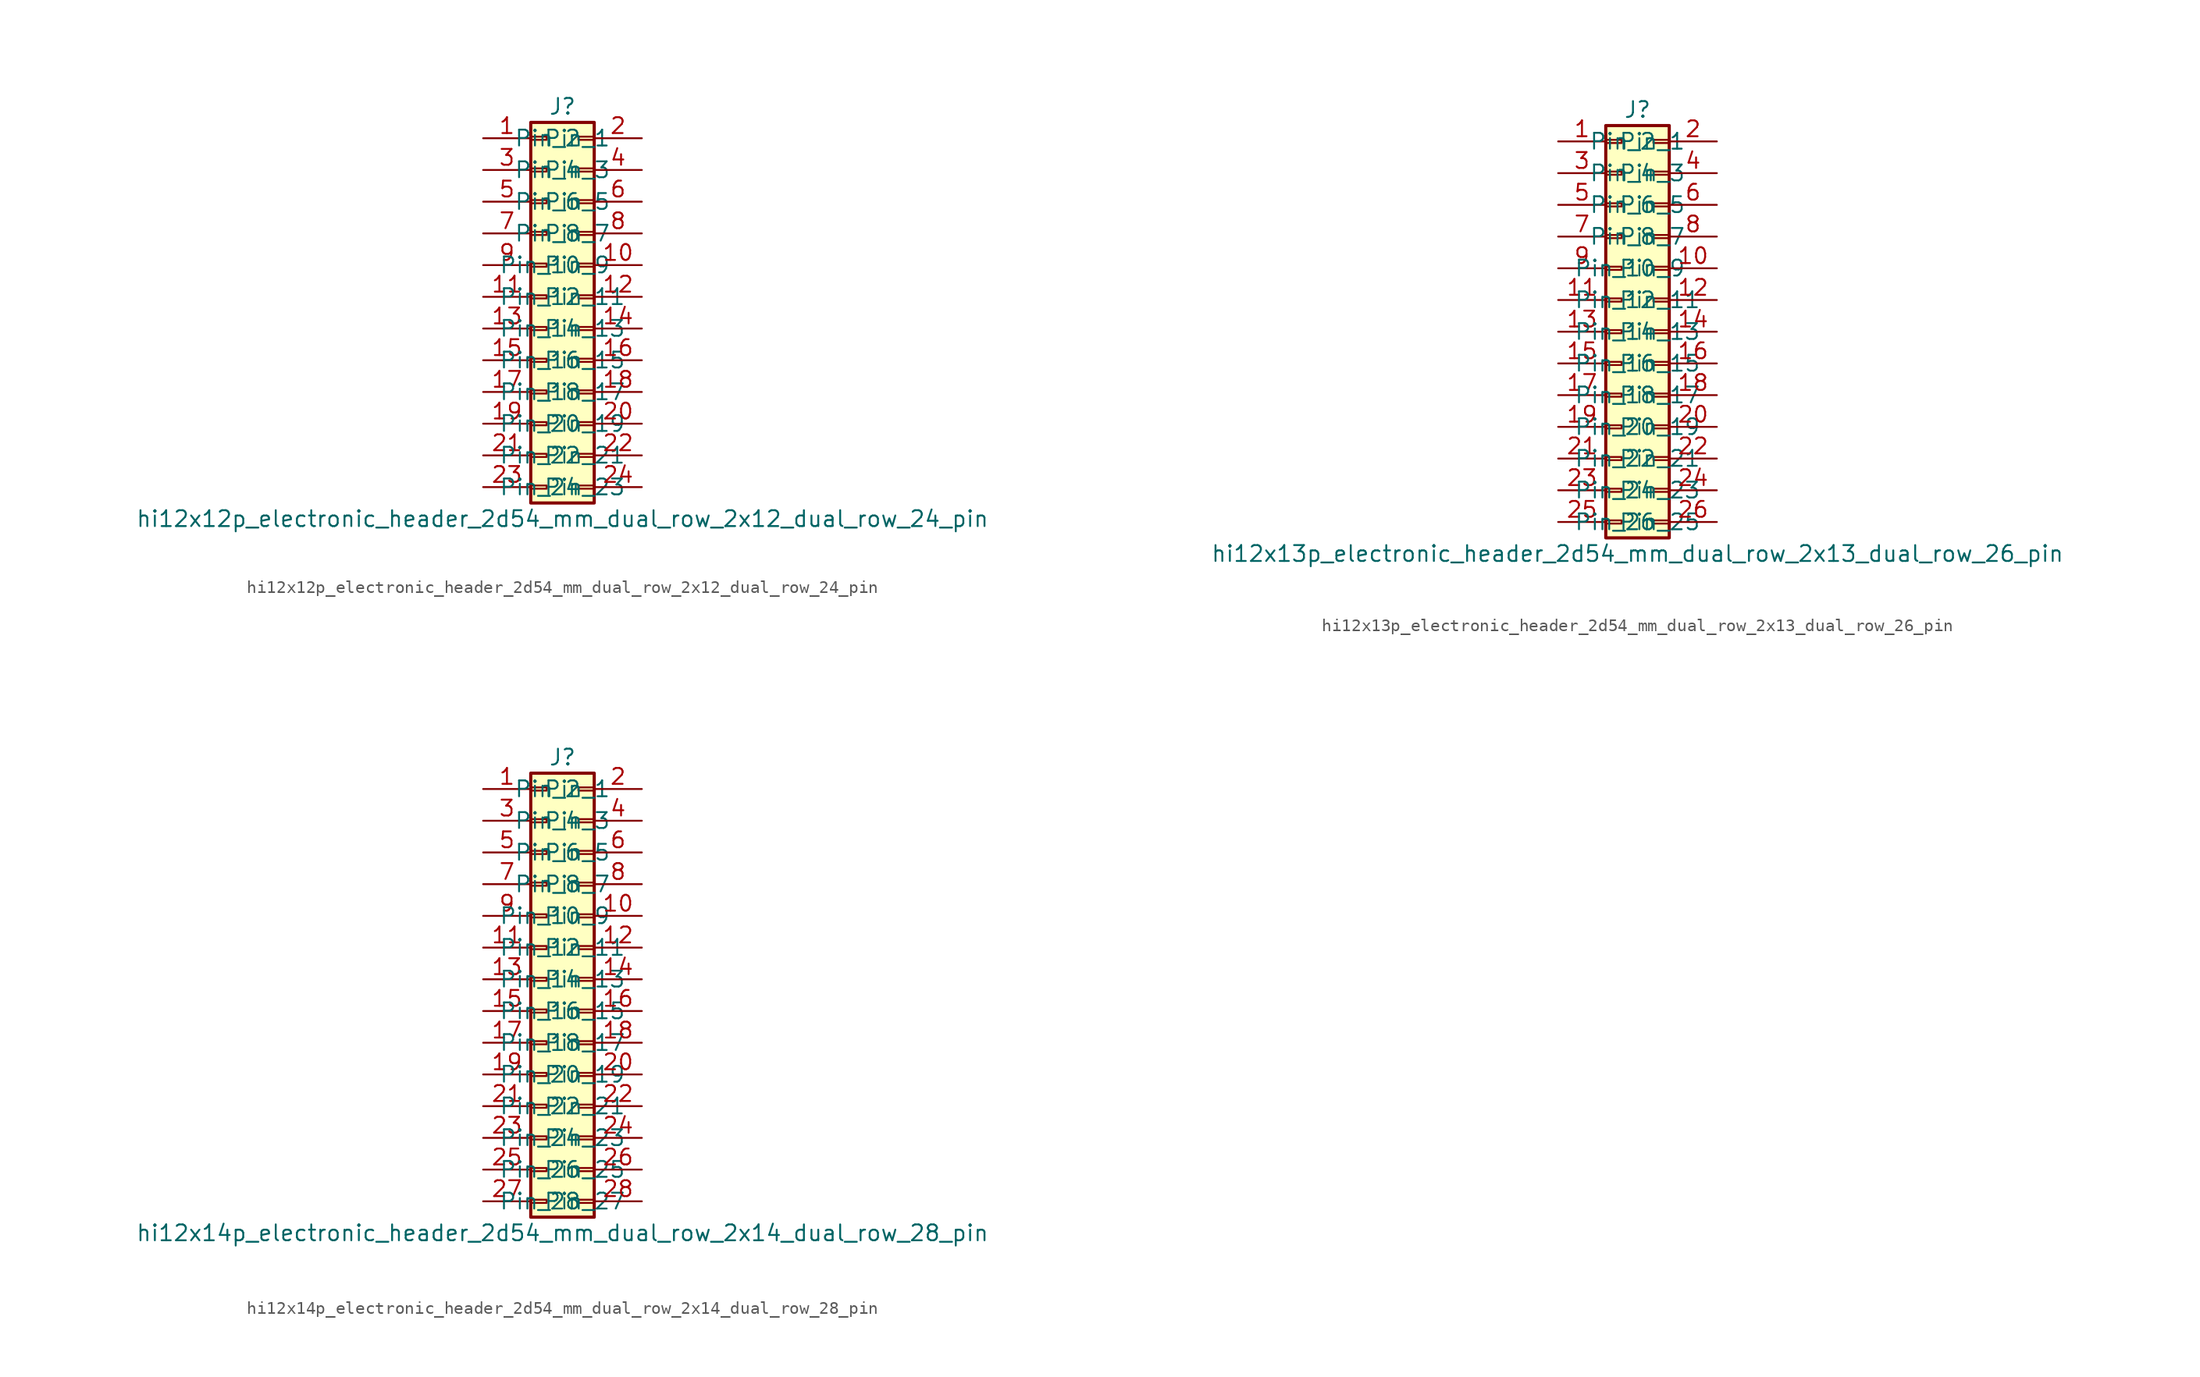
<source format=kicad_sym>
(kicad_symbol_lib
  (version 20220914)
  (generator kicad_symbol_editor)
  (symbol "hi12x12p_electronic_header_2d54_mm_dual_row_2x12_dual_row_24_pin"
    (pin_names
      (offset 1.016))
    (property "Reference" "J"
      (at 1.27 15.24 0)
      (effects (font (size 1.27 1.27))))
    (property "Value" "hi12x12p_electronic_header_2d54_mm_dual_row_2x12_dual_row_24_pin"
      (at 1.27 -17.78 0)
      (effects (font (size 1.27 1.27))))
    (symbol "hi12x12p_electronic_header_2d54_mm_dual_row_2x12_dual_row_24_pin_1_1"
      (rectangle (start -1.27 -15.113) (end 0 -15.367) (stroke (width 0.152) (type default)) (fill (type none)))
      (rectangle (start -1.27 -12.573) (end 0 -12.827) (stroke (width 0.152) (type default)) (fill (type none)))
      (rectangle (start -1.27 -10.033) (end 0 -10.287) (stroke (width 0.152) (type default)) (fill (type none)))
      (rectangle (start -1.27 -7.493) (end 0 -7.747) (stroke (width 0.152) (type default)) (fill (type none)))
      (rectangle (start -1.27 -4.953) (end 0 -5.207) (stroke (width 0.152) (type default)) (fill (type none)))
      (rectangle (start -1.27 -2.413) (end 0 -2.667) (stroke (width 0.152) (type default)) (fill (type none)))
      (rectangle (start -1.27 0.127) (end 0 -0.127) (stroke (width 0.152) (type default)) (fill (type none)))
      (rectangle (start -1.27 2.667) (end 0 2.413) (stroke (width 0.152) (type default)) (fill (type none)))
      (rectangle (start -1.27 5.207) (end 0 4.953) (stroke (width 0.152) (type default)) (fill (type none)))
      (rectangle (start -1.27 7.747) (end 0 7.493) (stroke (width 0.152) (type default)) (fill (type none)))
      (rectangle (start -1.27 10.287) (end 0 10.033) (stroke (width 0.152) (type default)) (fill (type none)))
      (rectangle (start -1.27 12.827) (end 0 12.573) (stroke (width 0.152) (type default)) (fill (type none)))
      (rectangle (start -1.27 13.97) (end 3.81 -16.51) (stroke (width 0.254) (type default)) (fill (type background)))
      (rectangle (start 3.81 -15.113) (end 2.54 -15.367) (stroke (width 0.152) (type default)) (fill (type none)))
      (rectangle (start 3.81 -12.573) (end 2.54 -12.827) (stroke (width 0.152) (type default)) (fill (type none)))
      (rectangle (start 3.81 -10.033) (end 2.54 -10.287) (stroke (width 0.152) (type default)) (fill (type none)))
      (rectangle (start 3.81 -7.493) (end 2.54 -7.747) (stroke (width 0.152) (type default)) (fill (type none)))
      (rectangle (start 3.81 -4.953) (end 2.54 -5.207) (stroke (width 0.152) (type default)) (fill (type none)))
      (rectangle (start 3.81 -2.413) (end 2.54 -2.667) (stroke (width 0.152) (type default)) (fill (type none)))
      (rectangle (start 3.81 0.127) (end 2.54 -0.127) (stroke (width 0.152) (type default)) (fill (type none)))
      (rectangle (start 3.81 2.667) (end 2.54 2.413) (stroke (width 0.152) (type default)) (fill (type none)))
      (rectangle (start 3.81 5.207) (end 2.54 4.953) (stroke (width 0.152) (type default)) (fill (type none)))
      (rectangle (start 3.81 7.747) (end 2.54 7.493) (stroke (width 0.152) (type default)) (fill (type none)))
      (rectangle (start 3.81 10.287) (end 2.54 10.033) (stroke (width 0.152) (type default)) (fill (type none)))
      (rectangle (start 3.81 12.827) (end 2.54 12.573) (stroke (width 0.152) (type default)) (fill (type none)))
      (pin passive line (at -5.08 12.7 0) (length 3.81) (name "Pin_1" (effects (font (size 1.27 1.27)))) (number "1" (effects (font (size 1.27 1.27)))))
      (pin passive line (at 7.62 2.54 180) (length 3.81) (name "Pin_10" (effects (font (size 1.27 1.27)))) (number "10" (effects (font (size 1.27 1.27)))))
      (pin passive line (at -5.08 0 0) (length 3.81) (name "Pin_11" (effects (font (size 1.27 1.27)))) (number "11" (effects (font (size 1.27 1.27)))))
      (pin passive line (at 7.62 0 180) (length 3.81) (name "Pin_12" (effects (font (size 1.27 1.27)))) (number "12" (effects (font (size 1.27 1.27)))))
      (pin passive line (at -5.08 -2.54 0) (length 3.81) (name "Pin_13" (effects (font (size 1.27 1.27)))) (number "13" (effects (font (size 1.27 1.27)))))
      (pin passive line (at 7.62 -2.54 180) (length 3.81) (name "Pin_14" (effects (font (size 1.27 1.27)))) (number "14" (effects (font (size 1.27 1.27)))))
      (pin passive line (at -5.08 -5.08 0) (length 3.81) (name "Pin_15" (effects (font (size 1.27 1.27)))) (number "15" (effects (font (size 1.27 1.27)))))
      (pin passive line (at 7.62 -5.08 180) (length 3.81) (name "Pin_16" (effects (font (size 1.27 1.27)))) (number "16" (effects (font (size 1.27 1.27)))))
      (pin passive line (at -5.08 -7.62 0) (length 3.81) (name "Pin_17" (effects (font (size 1.27 1.27)))) (number "17" (effects (font (size 1.27 1.27)))))
      (pin passive line (at 7.62 -7.62 180) (length 3.81) (name "Pin_18" (effects (font (size 1.27 1.27)))) (number "18" (effects (font (size 1.27 1.27)))))
      (pin passive line (at -5.08 -10.16 0) (length 3.81) (name "Pin_19" (effects (font (size 1.27 1.27)))) (number "19" (effects (font (size 1.27 1.27)))))
      (pin passive line (at 7.62 12.7 180) (length 3.81) (name "Pin_2" (effects (font (size 1.27 1.27)))) (number "2" (effects (font (size 1.27 1.27)))))
      (pin passive line (at 7.62 -10.16 180) (length 3.81) (name "Pin_20" (effects (font (size 1.27 1.27)))) (number "20" (effects (font (size 1.27 1.27)))))
      (pin passive line (at -5.08 -12.7 0) (length 3.81) (name "Pin_21" (effects (font (size 1.27 1.27)))) (number "21" (effects (font (size 1.27 1.27)))))
      (pin passive line (at 7.62 -12.7 180) (length 3.81) (name "Pin_22" (effects (font (size 1.27 1.27)))) (number "22" (effects (font (size 1.27 1.27)))))
      (pin passive line (at -5.08 -15.24 0) (length 3.81) (name "Pin_23" (effects (font (size 1.27 1.27)))) (number "23" (effects (font (size 1.27 1.27)))))
      (pin passive line (at 7.62 -15.24 180) (length 3.81) (name "Pin_24" (effects (font (size 1.27 1.27)))) (number "24" (effects (font (size 1.27 1.27)))))
      (pin passive line (at -5.08 10.16 0) (length 3.81) (name "Pin_3" (effects (font (size 1.27 1.27)))) (number "3" (effects (font (size 1.27 1.27)))))
      (pin passive line (at 7.62 10.16 180) (length 3.81) (name "Pin_4" (effects (font (size 1.27 1.27)))) (number "4" (effects (font (size 1.27 1.27)))))
      (pin passive line (at -5.08 7.62 0) (length 3.81) (name "Pin_5" (effects (font (size 1.27 1.27)))) (number "5" (effects (font (size 1.27 1.27)))))
      (pin passive line (at 7.62 7.62 180) (length 3.81) (name "Pin_6" (effects (font (size 1.27 1.27)))) (number "6" (effects (font (size 1.27 1.27)))))
      (pin passive line (at -5.08 5.08 0) (length 3.81) (name "Pin_7" (effects (font (size 1.27 1.27)))) (number "7" (effects (font (size 1.27 1.27)))))
      (pin passive line (at 7.62 5.08 180) (length 3.81) (name "Pin_8" (effects (font (size 1.27 1.27)))) (number "8" (effects (font (size 1.27 1.27)))))
      (pin passive line (at -5.08 2.54 0) (length 3.81) (name "Pin_9" (effects (font (size 1.27 1.27)))) (number "9" (effects (font (size 1.27 1.27)))))))
  (symbol "hi12x13p_electronic_header_2d54_mm_dual_row_2x13_dual_row_26_pin"
    (pin_names
      (offset 1.016))
    (property "Reference" "J"
      (at 1.27 17.78 0)
      (effects (font (size 1.27 1.27))))
    (property "Value" "hi12x13p_electronic_header_2d54_mm_dual_row_2x13_dual_row_26_pin"
      (at 1.27 -17.78 0)
      (effects (font (size 1.27 1.27))))
    (symbol "hi12x13p_electronic_header_2d54_mm_dual_row_2x13_dual_row_26_pin_1_1"
      (rectangle (start -1.27 -15.113) (end 0 -15.367) (stroke (width 0.152) (type default)) (fill (type none)))
      (rectangle (start -1.27 -12.573) (end 0 -12.827) (stroke (width 0.152) (type default)) (fill (type none)))
      (rectangle (start -1.27 -10.033) (end 0 -10.287) (stroke (width 0.152) (type default)) (fill (type none)))
      (rectangle (start -1.27 -7.493) (end 0 -7.747) (stroke (width 0.152) (type default)) (fill (type none)))
      (rectangle (start -1.27 -4.953) (end 0 -5.207) (stroke (width 0.152) (type default)) (fill (type none)))
      (rectangle (start -1.27 -2.413) (end 0 -2.667) (stroke (width 0.152) (type default)) (fill (type none)))
      (rectangle (start -1.27 0.127) (end 0 -0.127) (stroke (width 0.152) (type default)) (fill (type none)))
      (rectangle (start -1.27 2.667) (end 0 2.413) (stroke (width 0.152) (type default)) (fill (type none)))
      (rectangle (start -1.27 5.207) (end 0 4.953) (stroke (width 0.152) (type default)) (fill (type none)))
      (rectangle (start -1.27 7.747) (end 0 7.493) (stroke (width 0.152) (type default)) (fill (type none)))
      (rectangle (start -1.27 10.287) (end 0 10.033) (stroke (width 0.152) (type default)) (fill (type none)))
      (rectangle (start -1.27 12.827) (end 0 12.573) (stroke (width 0.152) (type default)) (fill (type none)))
      (rectangle (start -1.27 15.367) (end 0 15.113) (stroke (width 0.152) (type default)) (fill (type none)))
      (rectangle (start -1.27 16.51) (end 3.81 -16.51) (stroke (width 0.254) (type default)) (fill (type background)))
      (rectangle (start 3.81 -15.113) (end 2.54 -15.367) (stroke (width 0.152) (type default)) (fill (type none)))
      (rectangle (start 3.81 -12.573) (end 2.54 -12.827) (stroke (width 0.152) (type default)) (fill (type none)))
      (rectangle (start 3.81 -10.033) (end 2.54 -10.287) (stroke (width 0.152) (type default)) (fill (type none)))
      (rectangle (start 3.81 -7.493) (end 2.54 -7.747) (stroke (width 0.152) (type default)) (fill (type none)))
      (rectangle (start 3.81 -4.953) (end 2.54 -5.207) (stroke (width 0.152) (type default)) (fill (type none)))
      (rectangle (start 3.81 -2.413) (end 2.54 -2.667) (stroke (width 0.152) (type default)) (fill (type none)))
      (rectangle (start 3.81 0.127) (end 2.54 -0.127) (stroke (width 0.152) (type default)) (fill (type none)))
      (rectangle (start 3.81 2.667) (end 2.54 2.413) (stroke (width 0.152) (type default)) (fill (type none)))
      (rectangle (start 3.81 5.207) (end 2.54 4.953) (stroke (width 0.152) (type default)) (fill (type none)))
      (rectangle (start 3.81 7.747) (end 2.54 7.493) (stroke (width 0.152) (type default)) (fill (type none)))
      (rectangle (start 3.81 10.287) (end 2.54 10.033) (stroke (width 0.152) (type default)) (fill (type none)))
      (rectangle (start 3.81 12.827) (end 2.54 12.573) (stroke (width 0.152) (type default)) (fill (type none)))
      (rectangle (start 3.81 15.367) (end 2.54 15.113) (stroke (width 0.152) (type default)) (fill (type none)))
      (pin passive line (at -5.08 15.24 0) (length 3.81) (name "Pin_1" (effects (font (size 1.27 1.27)))) (number "1" (effects (font (size 1.27 1.27)))))
      (pin passive line (at 7.62 5.08 180) (length 3.81) (name "Pin_10" (effects (font (size 1.27 1.27)))) (number "10" (effects (font (size 1.27 1.27)))))
      (pin passive line (at -5.08 2.54 0) (length 3.81) (name "Pin_11" (effects (font (size 1.27 1.27)))) (number "11" (effects (font (size 1.27 1.27)))))
      (pin passive line (at 7.62 2.54 180) (length 3.81) (name "Pin_12" (effects (font (size 1.27 1.27)))) (number "12" (effects (font (size 1.27 1.27)))))
      (pin passive line (at -5.08 0 0) (length 3.81) (name "Pin_13" (effects (font (size 1.27 1.27)))) (number "13" (effects (font (size 1.27 1.27)))))
      (pin passive line (at 7.62 0 180) (length 3.81) (name "Pin_14" (effects (font (size 1.27 1.27)))) (number "14" (effects (font (size 1.27 1.27)))))
      (pin passive line (at -5.08 -2.54 0) (length 3.81) (name "Pin_15" (effects (font (size 1.27 1.27)))) (number "15" (effects (font (size 1.27 1.27)))))
      (pin passive line (at 7.62 -2.54 180) (length 3.81) (name "Pin_16" (effects (font (size 1.27 1.27)))) (number "16" (effects (font (size 1.27 1.27)))))
      (pin passive line (at -5.08 -5.08 0) (length 3.81) (name "Pin_17" (effects (font (size 1.27 1.27)))) (number "17" (effects (font (size 1.27 1.27)))))
      (pin passive line (at 7.62 -5.08 180) (length 3.81) (name "Pin_18" (effects (font (size 1.27 1.27)))) (number "18" (effects (font (size 1.27 1.27)))))
      (pin passive line (at -5.08 -7.62 0) (length 3.81) (name "Pin_19" (effects (font (size 1.27 1.27)))) (number "19" (effects (font (size 1.27 1.27)))))
      (pin passive line (at 7.62 15.24 180) (length 3.81) (name "Pin_2" (effects (font (size 1.27 1.27)))) (number "2" (effects (font (size 1.27 1.27)))))
      (pin passive line (at 7.62 -7.62 180) (length 3.81) (name "Pin_20" (effects (font (size 1.27 1.27)))) (number "20" (effects (font (size 1.27 1.27)))))
      (pin passive line (at -5.08 -10.16 0) (length 3.81) (name "Pin_21" (effects (font (size 1.27 1.27)))) (number "21" (effects (font (size 1.27 1.27)))))
      (pin passive line (at 7.62 -10.16 180) (length 3.81) (name "Pin_22" (effects (font (size 1.27 1.27)))) (number "22" (effects (font (size 1.27 1.27)))))
      (pin passive line (at -5.08 -12.7 0) (length 3.81) (name "Pin_23" (effects (font (size 1.27 1.27)))) (number "23" (effects (font (size 1.27 1.27)))))
      (pin passive line (at 7.62 -12.7 180) (length 3.81) (name "Pin_24" (effects (font (size 1.27 1.27)))) (number "24" (effects (font (size 1.27 1.27)))))
      (pin passive line (at -5.08 -15.24 0) (length 3.81) (name "Pin_25" (effects (font (size 1.27 1.27)))) (number "25" (effects (font (size 1.27 1.27)))))
      (pin passive line (at 7.62 -15.24 180) (length 3.81) (name "Pin_26" (effects (font (size 1.27 1.27)))) (number "26" (effects (font (size 1.27 1.27)))))
      (pin passive line (at -5.08 12.7 0) (length 3.81) (name "Pin_3" (effects (font (size 1.27 1.27)))) (number "3" (effects (font (size 1.27 1.27)))))
      (pin passive line (at 7.62 12.7 180) (length 3.81) (name "Pin_4" (effects (font (size 1.27 1.27)))) (number "4" (effects (font (size 1.27 1.27)))))
      (pin passive line (at -5.08 10.16 0) (length 3.81) (name "Pin_5" (effects (font (size 1.27 1.27)))) (number "5" (effects (font (size 1.27 1.27)))))
      (pin passive line (at 7.62 10.16 180) (length 3.81) (name "Pin_6" (effects (font (size 1.27 1.27)))) (number "6" (effects (font (size 1.27 1.27)))))
      (pin passive line (at -5.08 7.62 0) (length 3.81) (name "Pin_7" (effects (font (size 1.27 1.27)))) (number "7" (effects (font (size 1.27 1.27)))))
      (pin passive line (at 7.62 7.62 180) (length 3.81) (name "Pin_8" (effects (font (size 1.27 1.27)))) (number "8" (effects (font (size 1.27 1.27)))))
      (pin passive line (at -5.08 5.08 0) (length 3.81) (name "Pin_9" (effects (font (size 1.27 1.27)))) (number "9" (effects (font (size 1.27 1.27)))))))
  (symbol "hi12x14p_electronic_header_2d54_mm_dual_row_2x14_dual_row_28_pin"
    (pin_names
      (offset 1.016))
    (property "Reference" "J"
      (at 1.27 17.78 0)
      (effects (font (size 1.27 1.27))))
    (property "Value" "hi12x14p_electronic_header_2d54_mm_dual_row_2x14_dual_row_28_pin"
      (at 1.27 -20.32 0)
      (effects (font (size 1.27 1.27))))
    (symbol "hi12x14p_electronic_header_2d54_mm_dual_row_2x14_dual_row_28_pin_1_1"
      (rectangle (start -1.27 -17.653) (end 0 -17.907) (stroke (width 0.152) (type default)) (fill (type none)))
      (rectangle (start -1.27 -15.113) (end 0 -15.367) (stroke (width 0.152) (type default)) (fill (type none)))
      (rectangle (start -1.27 -12.573) (end 0 -12.827) (stroke (width 0.152) (type default)) (fill (type none)))
      (rectangle (start -1.27 -10.033) (end 0 -10.287) (stroke (width 0.152) (type default)) (fill (type none)))
      (rectangle (start -1.27 -7.493) (end 0 -7.747) (stroke (width 0.152) (type default)) (fill (type none)))
      (rectangle (start -1.27 -4.953) (end 0 -5.207) (stroke (width 0.152) (type default)) (fill (type none)))
      (rectangle (start -1.27 -2.413) (end 0 -2.667) (stroke (width 0.152) (type default)) (fill (type none)))
      (rectangle (start -1.27 0.127) (end 0 -0.127) (stroke (width 0.152) (type default)) (fill (type none)))
      (rectangle (start -1.27 2.667) (end 0 2.413) (stroke (width 0.152) (type default)) (fill (type none)))
      (rectangle (start -1.27 5.207) (end 0 4.953) (stroke (width 0.152) (type default)) (fill (type none)))
      (rectangle (start -1.27 7.747) (end 0 7.493) (stroke (width 0.152) (type default)) (fill (type none)))
      (rectangle (start -1.27 10.287) (end 0 10.033) (stroke (width 0.152) (type default)) (fill (type none)))
      (rectangle (start -1.27 12.827) (end 0 12.573) (stroke (width 0.152) (type default)) (fill (type none)))
      (rectangle (start -1.27 15.367) (end 0 15.113) (stroke (width 0.152) (type default)) (fill (type none)))
      (rectangle (start -1.27 16.51) (end 3.81 -19.05) (stroke (width 0.254) (type default)) (fill (type background)))
      (rectangle (start 3.81 -17.653) (end 2.54 -17.907) (stroke (width 0.152) (type default)) (fill (type none)))
      (rectangle (start 3.81 -15.113) (end 2.54 -15.367) (stroke (width 0.152) (type default)) (fill (type none)))
      (rectangle (start 3.81 -12.573) (end 2.54 -12.827) (stroke (width 0.152) (type default)) (fill (type none)))
      (rectangle (start 3.81 -10.033) (end 2.54 -10.287) (stroke (width 0.152) (type default)) (fill (type none)))
      (rectangle (start 3.81 -7.493) (end 2.54 -7.747) (stroke (width 0.152) (type default)) (fill (type none)))
      (rectangle (start 3.81 -4.953) (end 2.54 -5.207) (stroke (width 0.152) (type default)) (fill (type none)))
      (rectangle (start 3.81 -2.413) (end 2.54 -2.667) (stroke (width 0.152) (type default)) (fill (type none)))
      (rectangle (start 3.81 0.127) (end 2.54 -0.127) (stroke (width 0.152) (type default)) (fill (type none)))
      (rectangle (start 3.81 2.667) (end 2.54 2.413) (stroke (width 0.152) (type default)) (fill (type none)))
      (rectangle (start 3.81 5.207) (end 2.54 4.953) (stroke (width 0.152) (type default)) (fill (type none)))
      (rectangle (start 3.81 7.747) (end 2.54 7.493) (stroke (width 0.152) (type default)) (fill (type none)))
      (rectangle (start 3.81 10.287) (end 2.54 10.033) (stroke (width 0.152) (type default)) (fill (type none)))
      (rectangle (start 3.81 12.827) (end 2.54 12.573) (stroke (width 0.152) (type default)) (fill (type none)))
      (rectangle (start 3.81 15.367) (end 2.54 15.113) (stroke (width 0.152) (type default)) (fill (type none)))
      (pin passive line (at -5.08 15.24 0) (length 3.81) (name "Pin_1" (effects (font (size 1.27 1.27)))) (number "1" (effects (font (size 1.27 1.27)))))
      (pin passive line (at 7.62 5.08 180) (length 3.81) (name "Pin_10" (effects (font (size 1.27 1.27)))) (number "10" (effects (font (size 1.27 1.27)))))
      (pin passive line (at -5.08 2.54 0) (length 3.81) (name "Pin_11" (effects (font (size 1.27 1.27)))) (number "11" (effects (font (size 1.27 1.27)))))
      (pin passive line (at 7.62 2.54 180) (length 3.81) (name "Pin_12" (effects (font (size 1.27 1.27)))) (number "12" (effects (font (size 1.27 1.27)))))
      (pin passive line (at -5.08 0 0) (length 3.81) (name "Pin_13" (effects (font (size 1.27 1.27)))) (number "13" (effects (font (size 1.27 1.27)))))
      (pin passive line (at 7.62 0 180) (length 3.81) (name "Pin_14" (effects (font (size 1.27 1.27)))) (number "14" (effects (font (size 1.27 1.27)))))
      (pin passive line (at -5.08 -2.54 0) (length 3.81) (name "Pin_15" (effects (font (size 1.27 1.27)))) (number "15" (effects (font (size 1.27 1.27)))))
      (pin passive line (at 7.62 -2.54 180) (length 3.81) (name "Pin_16" (effects (font (size 1.27 1.27)))) (number "16" (effects (font (size 1.27 1.27)))))
      (pin passive line (at -5.08 -5.08 0) (length 3.81) (name "Pin_17" (effects (font (size 1.27 1.27)))) (number "17" (effects (font (size 1.27 1.27)))))
      (pin passive line (at 7.62 -5.08 180) (length 3.81) (name "Pin_18" (effects (font (size 1.27 1.27)))) (number "18" (effects (font (size 1.27 1.27)))))
      (pin passive line (at -5.08 -7.62 0) (length 3.81) (name "Pin_19" (effects (font (size 1.27 1.27)))) (number "19" (effects (font (size 1.27 1.27)))))
      (pin passive line (at 7.62 15.24 180) (length 3.81) (name "Pin_2" (effects (font (size 1.27 1.27)))) (number "2" (effects (font (size 1.27 1.27)))))
      (pin passive line (at 7.62 -7.62 180) (length 3.81) (name "Pin_20" (effects (font (size 1.27 1.27)))) (number "20" (effects (font (size 1.27 1.27)))))
      (pin passive line (at -5.08 -10.16 0) (length 3.81) (name "Pin_21" (effects (font (size 1.27 1.27)))) (number "21" (effects (font (size 1.27 1.27)))))
      (pin passive line (at 7.62 -10.16 180) (length 3.81) (name "Pin_22" (effects (font (size 1.27 1.27)))) (number "22" (effects (font (size 1.27 1.27)))))
      (pin passive line (at -5.08 -12.7 0) (length 3.81) (name "Pin_23" (effects (font (size 1.27 1.27)))) (number "23" (effects (font (size 1.27 1.27)))))
      (pin passive line (at 7.62 -12.7 180) (length 3.81) (name "Pin_24" (effects (font (size 1.27 1.27)))) (number "24" (effects (font (size 1.27 1.27)))))
      (pin passive line (at -5.08 -15.24 0) (length 3.81) (name "Pin_25" (effects (font (size 1.27 1.27)))) (number "25" (effects (font (size 1.27 1.27)))))
      (pin passive line (at 7.62 -15.24 180) (length 3.81) (name "Pin_26" (effects (font (size 1.27 1.27)))) (number "26" (effects (font (size 1.27 1.27)))))
      (pin passive line (at -5.08 -17.78 0) (length 3.81) (name "Pin_27" (effects (font (size 1.27 1.27)))) (number "27" (effects (font (size 1.27 1.27)))))
      (pin passive line (at 7.62 -17.78 180) (length 3.81) (name "Pin_28" (effects (font (size 1.27 1.27)))) (number "28" (effects (font (size 1.27 1.27)))))
      (pin passive line (at -5.08 12.7 0) (length 3.81) (name "Pin_3" (effects (font (size 1.27 1.27)))) (number "3" (effects (font (size 1.27 1.27)))))
      (pin passive line (at 7.62 12.7 180) (length 3.81) (name "Pin_4" (effects (font (size 1.27 1.27)))) (number "4" (effects (font (size 1.27 1.27)))))
      (pin passive line (at -5.08 10.16 0) (length 3.81) (name "Pin_5" (effects (font (size 1.27 1.27)))) (number "5" (effects (font (size 1.27 1.27)))))
      (pin passive line (at 7.62 10.16 180) (length 3.81) (name "Pin_6" (effects (font (size 1.27 1.27)))) (number "6" (effects (font (size 1.27 1.27)))))
      (pin passive line (at -5.08 7.62 0) (length 3.81) (name "Pin_7" (effects (font (size 1.27 1.27)))) (number "7" (effects (font (size 1.27 1.27)))))
      (pin passive line (at 7.62 7.62 180) (length 3.81) (name "Pin_8" (effects (font (size 1.27 1.27)))) (number "8" (effects (font (size 1.27 1.27)))))
      (pin passive line (at -5.08 5.08 0) (length 3.81) (name "Pin_9" (effects (font (size 1.27 1.27)))) (number "9" (effects (font (size 1.27 1.27))))))))
</source>
